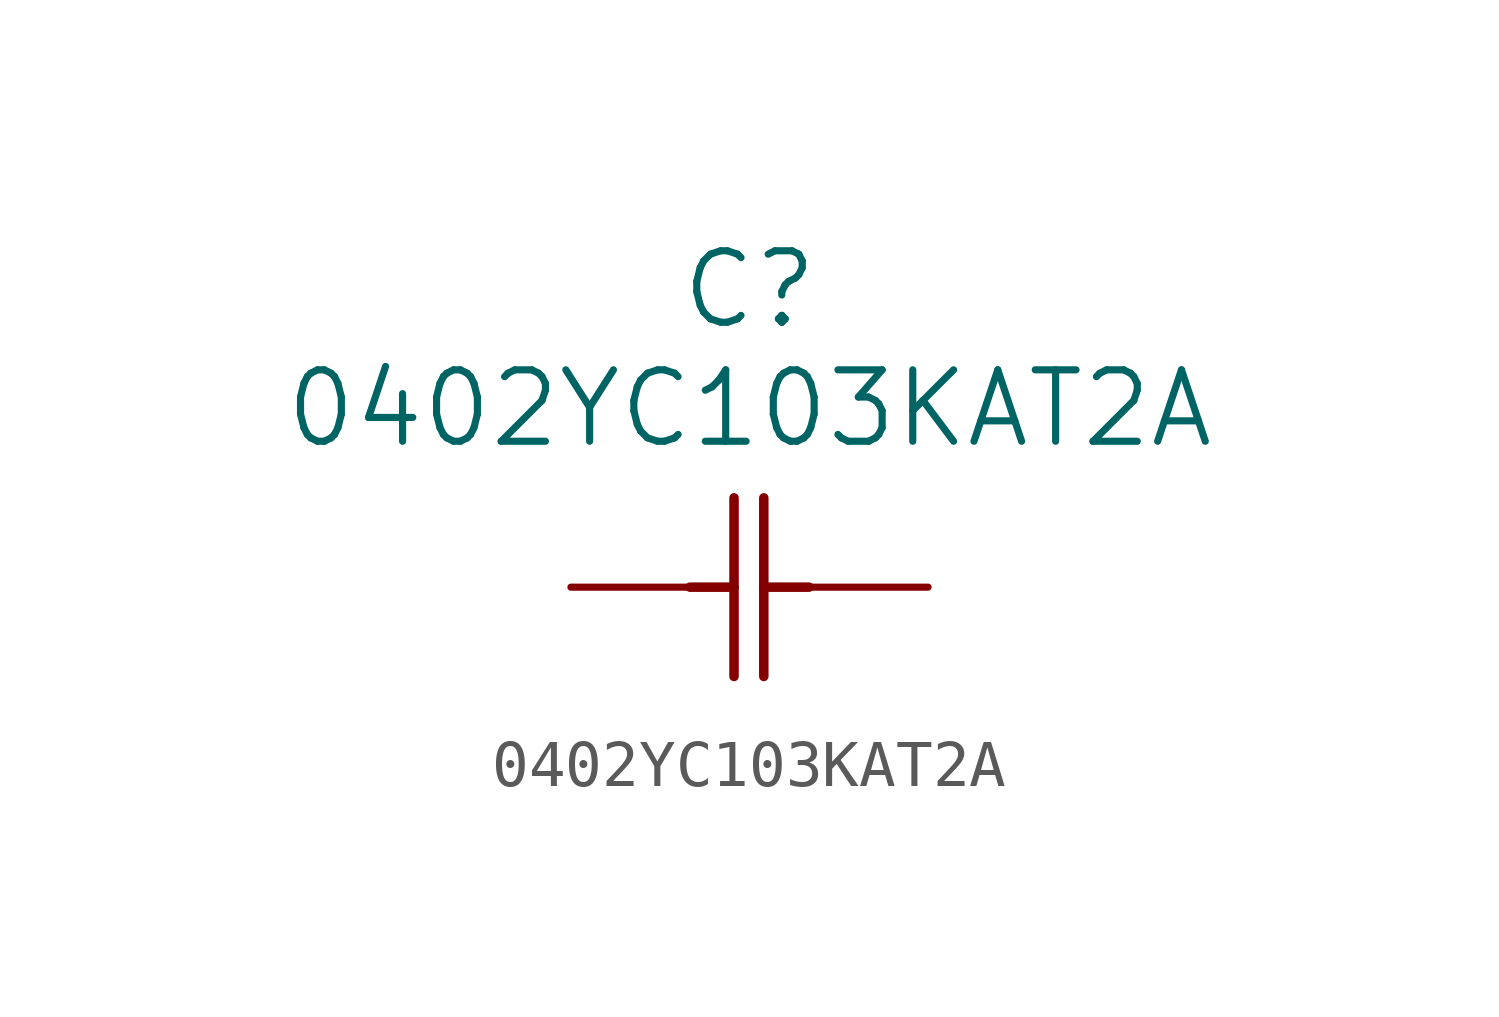
<source format=kicad_sym>
(kicad_symbol_lib
  (version 20220328)
  (generator kicad_symbol_editor)
  (symbol "0402YC103KAT2A"
    (pin_numbers hide)
    (pin_names
      (offset 1.651) hide)
    (property "Reference" "C"
      (at 0 6.35 0)
      (effects (font (size 1.524 1.524))))
    (property "Value" "0402YC103KAT2A"
      (at 0 3.81 0)
      (effects (font (size 1.524 1.524))))
    (symbol "0402YC103KAT2A_1_1"
      (polyline (pts (xy -1.27 0) (xy -0.33 0)) (stroke (width 0.203) (type solid)) (fill (type none)))
      (polyline (pts (xy -0.33 -1.905) (xy -0.33 1.905)) (stroke (width 0.203) (type solid)) (fill (type none)))
      (polyline (pts (xy 0.305 -1.905) (xy 0.305 1.905)) (stroke (width 0.203) (type solid)) (fill (type none)))
      (polyline (pts (xy 0.305 0) (xy 1.27 0)) (stroke (width 0.203) (type solid)) (fill (type none)))
      (pin unspecified line (at -3.81 0 0) (length 2.54) (name "~" (effects (font (size 1.499 1.499)))) (number "1" (effects (font (size 1.499 1.499)))))
      (pin unspecified line (at 3.81 0 180) (length 2.54) (name "~" (effects (font (size 1.499 1.499)))) (number "2" (effects (font (size 1.499 1.499))))))))
</source>
